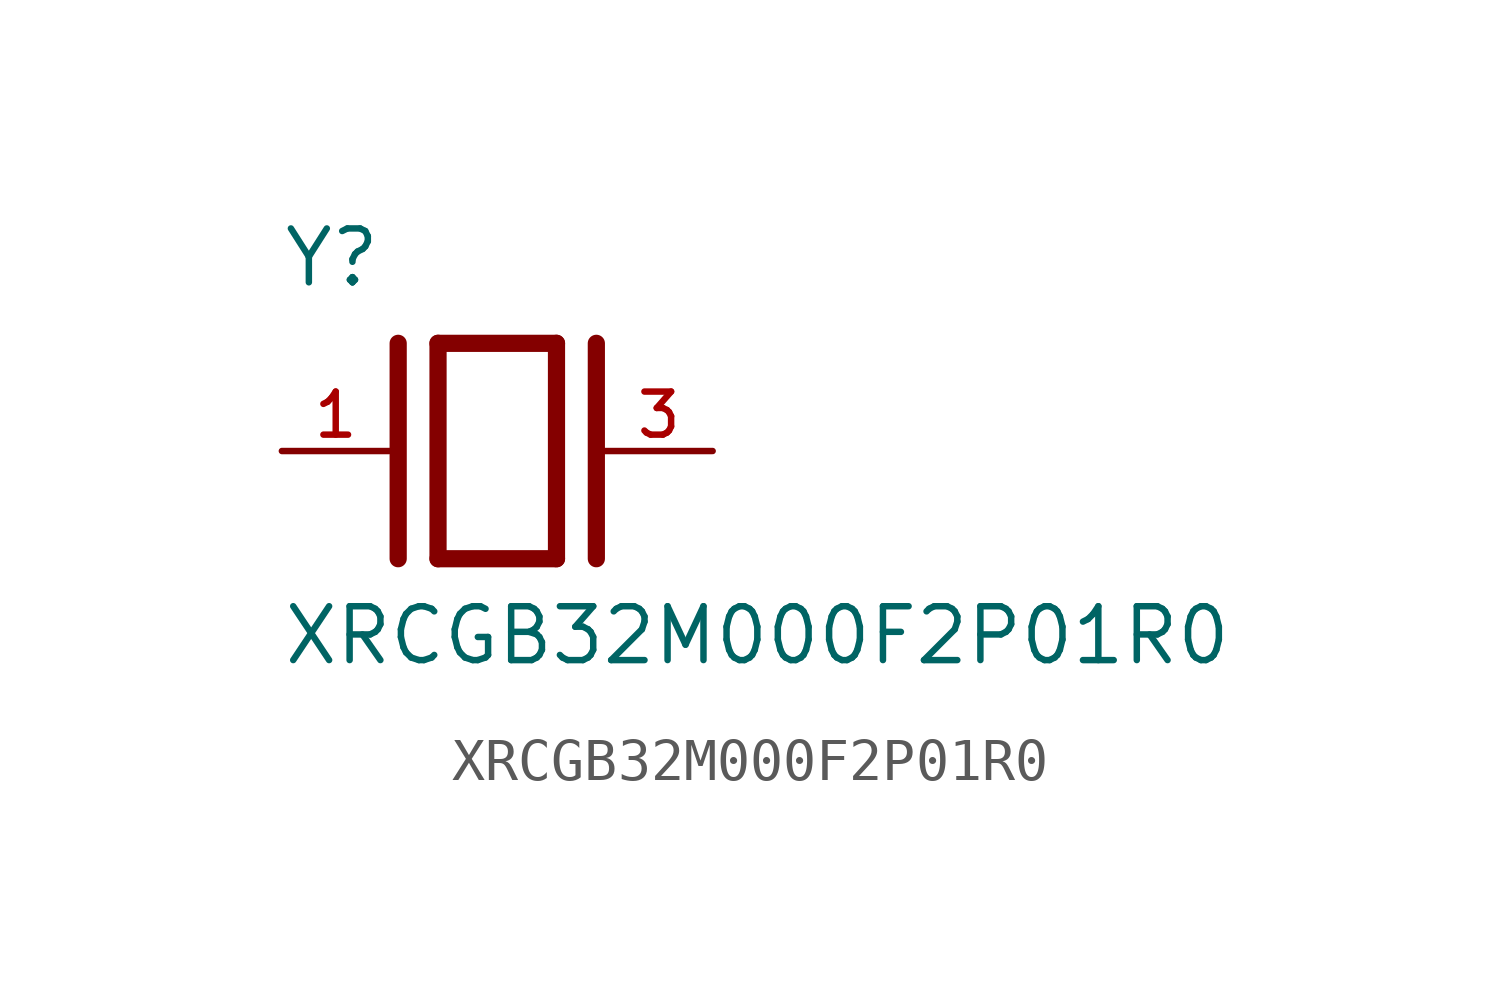
<source format=kicad_sym>
(kicad_symbol_lib
  (version 20211014)
  (generator kicad_symbol_editor)
  (symbol "XRCGB32M000F2P01R0"
    (pin_names
      (offset 1.016))
    (property "Reference" "Y"
      (at -5.088 3.816 0)
      (effects (font (size 1.27 1.27)) (justify bottom left)))
    (property "Value" "XRCGB32M000F2P01R0"
      (at -5.094 -5.094 0)
      (effects (font (size 1.27 1.27)) (justify bottom left)))
    (symbol "XRCGB32M000F2P01R0_0_0"
      (polyline (pts (xy -1.397 2.54) (xy 1.397 2.54)) (stroke (width 0.406)))
      (polyline (pts (xy 1.397 2.54) (xy 1.397 -2.54)) (stroke (width 0.406)))
      (polyline (pts (xy 1.397 -2.54) (xy -1.397 -2.54)) (stroke (width 0.406)))
      (polyline (pts (xy -1.397 2.54) (xy -1.397 -2.54)) (stroke (width 0.406)))
      (polyline (pts (xy 2.337 2.54) (xy 2.337 -2.54)) (stroke (width 0.406)))
      (polyline (pts (xy -2.337 2.54) (xy -2.337 -2.54)) (stroke (width 0.406)))
      (pin passive line (at 5.08 0.0 180.0) (length 2.54) (name "~" (effects (font (size 1.016 1.016)))) (number "3" (effects (font (size 1.016 1.016)))))
      (pin passive line (at -5.08 0.0 0) (length 2.54) (name "~" (effects (font (size 1.016 1.016)))) (number "1" (effects (font (size 1.016 1.016))))))))
</source>
